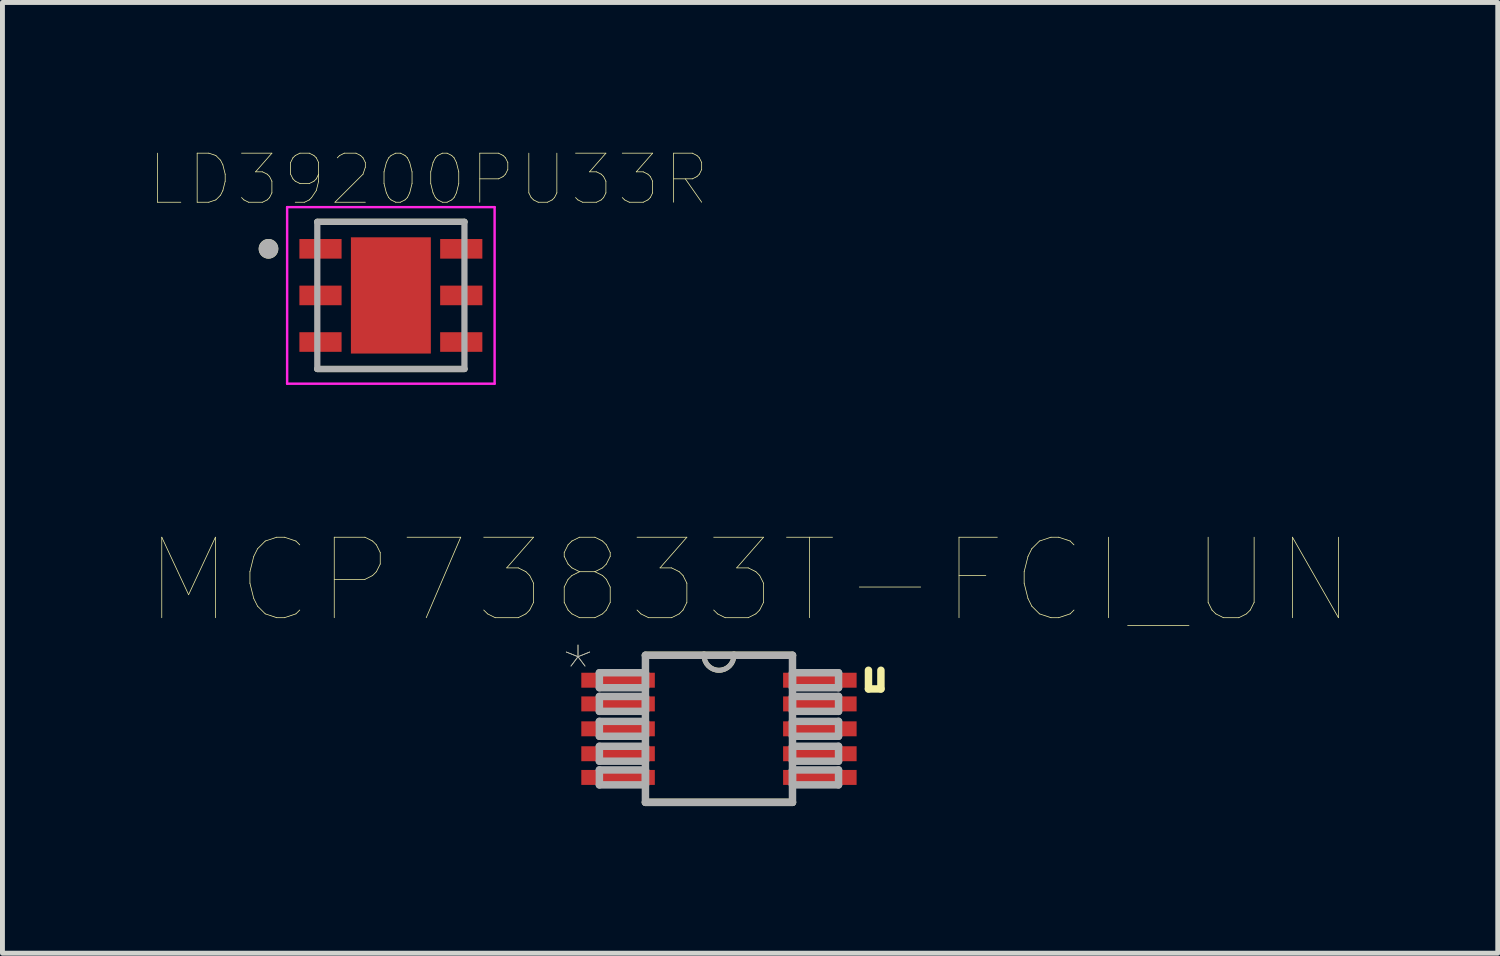
<source format=kicad_pcb>
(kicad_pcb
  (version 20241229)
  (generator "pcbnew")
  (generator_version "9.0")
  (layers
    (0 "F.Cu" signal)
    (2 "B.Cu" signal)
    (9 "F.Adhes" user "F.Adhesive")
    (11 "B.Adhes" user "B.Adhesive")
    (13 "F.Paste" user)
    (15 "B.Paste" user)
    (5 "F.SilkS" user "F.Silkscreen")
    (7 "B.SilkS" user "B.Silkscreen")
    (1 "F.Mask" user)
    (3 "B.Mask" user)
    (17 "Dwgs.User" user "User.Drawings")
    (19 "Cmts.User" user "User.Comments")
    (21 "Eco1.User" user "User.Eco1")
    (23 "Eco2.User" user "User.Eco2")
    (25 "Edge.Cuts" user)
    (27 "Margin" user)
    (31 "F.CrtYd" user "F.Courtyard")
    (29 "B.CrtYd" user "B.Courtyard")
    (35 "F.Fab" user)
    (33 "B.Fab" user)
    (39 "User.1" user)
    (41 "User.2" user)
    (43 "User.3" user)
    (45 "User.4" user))
  (footprint "MCP73833T-FCI_UN"
    (layer "F.Cu")
    (at 11.608 11.809)
    (property "Reference" "MCP73833T-FCI_UN" (at 0.635 -3.024 0) (layer "F.SilkS") (effects (font (size 1.641 1.641) (thickness 0.015))))
    (attr through_hole)
    (fp_line (start -1.499 1.499) (end 1.499 1.499) (stroke (width 0.152) (type solid)) (layer "F.SilkS"))
    (fp_line (start -0.305 -1.499) (end -1.499 -1.499) (stroke (width 0.152) (type solid)) (layer "F.SilkS"))
    (fp_line (start 0.305 -1.499) (end -0.305 -1.499) (stroke (width 0.152) (type solid)) (layer "F.SilkS"))
    (fp_line (start 1.499 -1.499) (end 0.305 -1.499) (stroke (width 0.152) (type solid)) (layer "F.SilkS"))
    (fp_line (start 3.048 -0.813) (end 3.048 -1.194) (stroke (width 0.152) (type solid)) (layer "F.SilkS"))
    (fp_line (start 3.302 -1.194) (end 3.302 -0.813) (stroke (width 0.152) (type solid)) (layer "F.SilkS"))
    (fp_line (start 3.302 -0.813) (end 3.048 -0.813) (stroke (width 0.152) (type solid)) (layer "F.SilkS"))
    (fp_arc (start 0.3048 -1.4986) (mid 0 -1.1938) (end -0.3048 -1.4986) (stroke (width 0.1) (type solid)) (layer "F.SilkS"))
    (fp_line (start -2.438 -1.143) (end -2.438 -0.838) (stroke (width 0.152) (type solid)) (layer "F.Fab"))
    (fp_line (start -2.438 -0.838) (end -1.499 -0.838) (stroke (width 0.152) (type solid)) (layer "F.Fab"))
    (fp_line (start -2.438 -0.66) (end -2.438 -0.356) (stroke (width 0.152) (type solid)) (layer "F.Fab"))
    (fp_line (start -2.438 -0.356) (end -1.499 -0.356) (stroke (width 0.152) (type solid)) (layer "F.Fab"))
    (fp_line (start -2.438 -0.152) (end -2.438 0.152) (stroke (width 0.152) (type solid)) (layer "F.Fab"))
    (fp_line (start -2.438 0.152) (end -1.499 0.152) (stroke (width 0.152) (type solid)) (layer "F.Fab"))
    (fp_line (start -2.438 0.356) (end -2.438 0.66) (stroke (width 0.152) (type solid)) (layer "F.Fab"))
    (fp_line (start -2.438 0.66) (end -1.499 0.66) (stroke (width 0.152) (type solid)) (layer "F.Fab"))
    (fp_line (start -2.438 0.838) (end -2.438 1.143) (stroke (width 0.152) (type solid)) (layer "F.Fab"))
    (fp_line (start -2.438 1.143) (end -1.499 1.143) (stroke (width 0.152) (type solid)) (layer "F.Fab"))
    (fp_line (start -1.499 -1.499) (end -1.499 1.499) (stroke (width 0.152) (type solid)) (layer "F.Fab"))
    (fp_line (start -1.499 -1.143) (end -2.438 -1.143) (stroke (width 0.152) (type solid)) (layer "F.Fab"))
    (fp_line (start -1.499 -0.838) (end -1.499 -1.143) (stroke (width 0.152) (type solid)) (layer "F.Fab"))
    (fp_line (start -1.499 -0.66) (end -2.438 -0.66) (stroke (width 0.152) (type solid)) (layer "F.Fab"))
    (fp_line (start -1.499 -0.356) (end -1.499 -0.66) (stroke (width 0.152) (type solid)) (layer "F.Fab"))
    (fp_line (start -1.499 -0.152) (end -2.438 -0.152) (stroke (width 0.152) (type solid)) (layer "F.Fab"))
    (fp_line (start -1.499 0.152) (end -1.499 -0.152) (stroke (width 0.152) (type solid)) (layer "F.Fab"))
    (fp_line (start -1.499 0.356) (end -2.438 0.356) (stroke (width 0.152) (type solid)) (layer "F.Fab"))
    (fp_line (start -1.499 0.66) (end -1.499 0.356) (stroke (width 0.152) (type solid)) (layer "F.Fab"))
    (fp_line (start -1.499 0.838) (end -2.438 0.838) (stroke (width 0.152) (type solid)) (layer "F.Fab"))
    (fp_line (start -1.499 1.143) (end -1.499 0.838) (stroke (width 0.152) (type solid)) (layer "F.Fab"))
    (fp_line (start -1.499 1.499) (end 1.499 1.499) (stroke (width 0.152) (type solid)) (layer "F.Fab"))
    (fp_line (start -0.305 -1.499) (end -1.499 -1.499) (stroke (width 0.152) (type solid)) (layer "F.Fab"))
    (fp_line (start 0.305 -1.499) (end -0.305 -1.499) (stroke (width 0.152) (type solid)) (layer "F.Fab"))
    (fp_line (start 1.499 -1.499) (end 0.305 -1.499) (stroke (width 0.152) (type solid)) (layer "F.Fab"))
    (fp_line (start 1.499 -1.143) (end 1.499 -0.838) (stroke (width 0.152) (type solid)) (layer "F.Fab"))
    (fp_line (start 1.499 -0.838) (end 2.438 -0.838) (stroke (width 0.152) (type solid)) (layer "F.Fab"))
    (fp_line (start 1.499 -0.66) (end 1.499 -0.356) (stroke (width 0.152) (type solid)) (layer "F.Fab"))
    (fp_line (start 1.499 -0.356) (end 2.438 -0.356) (stroke (width 0.152) (type solid)) (layer "F.Fab"))
    (fp_line (start 1.499 -0.152) (end 1.499 0.152) (stroke (width 0.152) (type solid)) (layer "F.Fab"))
    (fp_line (start 1.499 0.152) (end 2.438 0.152) (stroke (width 0.152) (type solid)) (layer "F.Fab"))
    (fp_line (start 1.499 0.356) (end 1.499 0.66) (stroke (width 0.152) (type solid)) (layer "F.Fab"))
    (fp_line (start 1.499 0.66) (end 2.438 0.66) (stroke (width 0.152) (type solid)) (layer "F.Fab"))
    (fp_line (start 1.499 0.838) (end 1.499 1.143) (stroke (width 0.152) (type solid)) (layer "F.Fab"))
    (fp_line (start 1.499 1.143) (end 2.438 1.143) (stroke (width 0.152) (type solid)) (layer "F.Fab"))
    (fp_line (start 1.499 1.499) (end 1.499 -1.499) (stroke (width 0.152) (type solid)) (layer "F.Fab"))
    (fp_line (start 2.438 -1.143) (end 1.499 -1.143) (stroke (width 0.152) (type solid)) (layer "F.Fab"))
    (fp_line (start 2.438 -0.838) (end 2.438 -1.143) (stroke (width 0.152) (type solid)) (layer "F.Fab"))
    (fp_line (start 2.438 -0.66) (end 1.499 -0.66) (stroke (width 0.152) (type solid)) (layer "F.Fab"))
    (fp_line (start 2.438 -0.356) (end 2.438 -0.66) (stroke (width 0.152) (type solid)) (layer "F.Fab"))
    (fp_line (start 2.438 -0.152) (end 1.499 -0.152) (stroke (width 0.152) (type solid)) (layer "F.Fab"))
    (fp_line (start 2.438 0.152) (end 2.438 -0.152) (stroke (width 0.152) (type solid)) (layer "F.Fab"))
    (fp_line (start 2.438 0.356) (end 1.499 0.356) (stroke (width 0.152) (type solid)) (layer "F.Fab"))
    (fp_line (start 2.438 0.66) (end 2.438 0.356) (stroke (width 0.152) (type solid)) (layer "F.Fab"))
    (fp_line (start 2.438 0.838) (end 1.499 0.838) (stroke (width 0.152) (type solid)) (layer "F.Fab"))
    (fp_line (start 2.438 1.143) (end 2.438 0.838) (stroke (width 0.152) (type solid)) (layer "F.Fab"))
    (fp_arc (start 0.3048 -1.4986) (mid 0 -1.1938) (end -0.3048 -1.4986) (stroke (width 0.1) (type solid)) (layer "F.Fab"))
    (fp_text user "*" (at -2.874 -1.17 0) (layer "F.SilkS") (effects (font (size 1.001 1.001) (thickness 0.015))))
    (fp_text user "*" (at -2.874 -1.17 0) (layer "F.Fab") (effects (font (size 1.001 1.001) (thickness 0.015))))
    (pad "1" smd rect (at -2.057 -0.991) (size 1.499 0.305) (layers "F.Cu" "F.Mask" "F.Paste"))
    (pad "2" smd rect (at -2.057 -0.508) (size 1.499 0.305) (layers "F.Cu" "F.Mask" "F.Paste"))
    (pad "3" smd rect (at -2.057 0) (size 1.499 0.305) (layers "F.Cu" "F.Mask" "F.Paste"))
    (pad "4" smd rect (at -2.057 0.508) (size 1.499 0.305) (layers "F.Cu" "F.Mask" "F.Paste"))
    (pad "5" smd rect (at -2.057 0.991) (size 1.499 0.305) (layers "F.Cu" "F.Mask" "F.Paste"))
    (pad "6" smd rect (at 2.057 0.991) (size 1.499 0.305) (layers "F.Cu" "F.Mask" "F.Paste"))
    (pad "7" smd rect (at 2.057 0.508) (size 1.499 0.305) (layers "F.Cu" "F.Mask" "F.Paste"))
    (pad "8" smd rect (at 2.057 0) (size 1.499 0.305) (layers "F.Cu" "F.Mask" "F.Paste"))
    (pad "9" smd rect (at 2.057 -0.508) (size 1.499 0.305) (layers "F.Cu" "F.Mask" "F.Paste"))
    (pad "10" smd rect (at 2.057 -0.991) (size 1.499 0.305) (layers "F.Cu" "F.Mask" "F.Paste")))
  (footprint "LD39200PU33R"
    (layer "F.Cu")
    (at 4.919 2.973)
    (property "Reference" "LD39200PU33R" (at 0.765 -2.362 0) (layer "F.SilkS") (effects (font (size 1 1) (thickness 0.015))))
    (attr through_hole)
    (fp_line (start -1.5 -1.5) (end 1.5 -1.5) (stroke (width 0.127) (type solid)) (layer "F.SilkS"))
    (fp_line (start -1.5 1.5) (end 1.5 1.5) (stroke (width 0.127) (type solid)) (layer "F.SilkS"))
    (fp_circle (center -2.495 -0.95) (end -2.395 -0.95) (stroke (width 0.2) (type solid)) (fill no) (layer "F.SilkS"))
    (fp_poly (pts (xy -0.51 -0.75) (xy 0.51 -0.75) (xy 0.51 0.75) (xy -0.51 0.75)) (stroke (width 0.01) (type solid)) (fill yes) (layer "F.Paste"))
    (fp_line (start -2.115 -1.8) (end -2.115 1.8) (stroke (width 0.05) (type solid)) (layer "F.CrtYd"))
    (fp_line (start -2.115 -1.8) (end 2.115 -1.8) (stroke (width 0.05) (type solid)) (layer "F.CrtYd"))
    (fp_line (start -2.115 1.8) (end 2.115 1.8) (stroke (width 0.05) (type solid)) (layer "F.CrtYd"))
    (fp_line (start 2.115 -1.8) (end 2.115 1.8) (stroke (width 0.05) (type solid)) (layer "F.CrtYd"))
    (fp_line (start -1.5 -1.5) (end -1.5 1.5) (stroke (width 0.127) (type solid)) (layer "F.Fab"))
    (fp_line (start -1.5 -1.5) (end 1.5 -1.5) (stroke (width 0.127) (type solid)) (layer "F.Fab"))
    (fp_line (start -1.5 1.5) (end 1.5 1.5) (stroke (width 0.127) (type solid)) (layer "F.Fab"))
    (fp_line (start 1.5 -1.5) (end 1.5 1.5) (stroke (width 0.127) (type solid)) (layer "F.Fab"))
    (fp_circle (center -2.495 -0.95) (end -2.395 -0.95) (stroke (width 0.2) (type solid)) (fill no) (layer "F.Fab"))
    (pad "1" smd rect (at -1.435 -0.95) (size 0.86 0.4) (layers "F.Cu" "F.Mask" "F.Paste"))
    (pad "2" smd rect (at -1.435 0) (size 0.86 0.4) (layers "F.Cu" "F.Mask" "F.Paste"))
    (pad "3" smd rect (at -1.435 0.95) (size 0.86 0.4) (layers "F.Cu" "F.Mask" "F.Paste"))
    (pad "4" smd rect (at 1.435 0.95) (size 0.86 0.4) (layers "F.Cu" "F.Mask" "F.Paste"))
    (pad "5" smd rect (at 1.435 0) (size 0.86 0.4) (layers "F.Cu" "F.Mask" "F.Paste"))
    (pad "6" smd rect (at 1.435 -0.95) (size 0.86 0.4) (layers "F.Cu" "F.Mask" "F.Paste"))
    (pad "7" smd rect (at 0 0) (size 1.63 2.37) (layers "F.Cu" "F.Mask")))
  (gr_rect
    (start -3 -3)
    (end 27.486 16.384)
    (stroke (width 0.1) (type default))
    (fill no)
    (layer "Edge.Cuts")))
</source>
